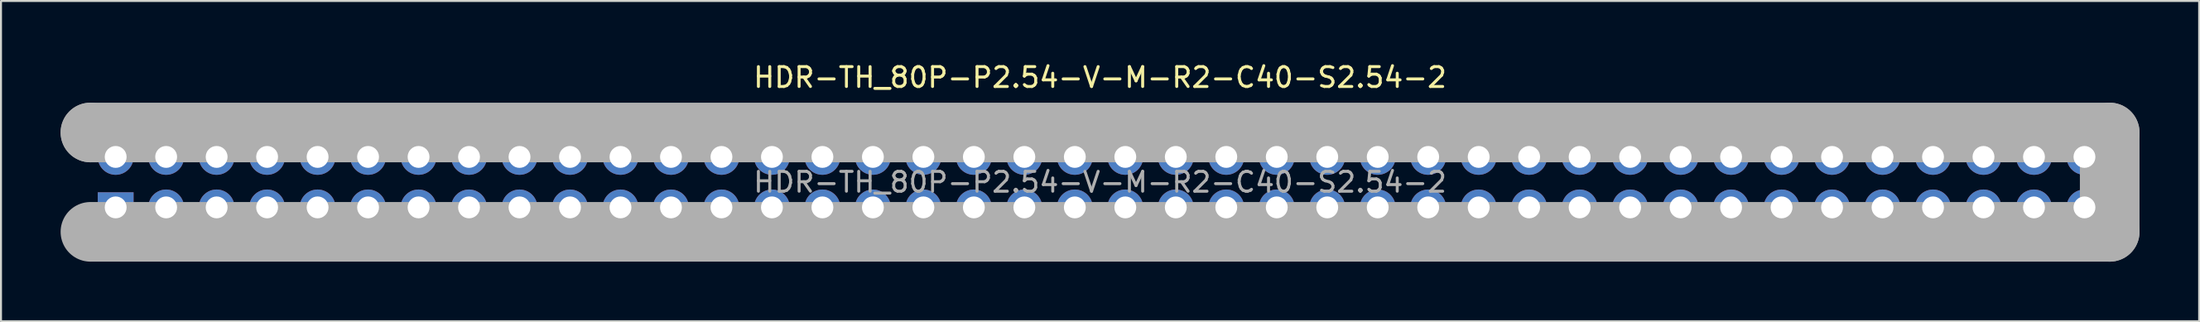
<source format=kicad_pcb>
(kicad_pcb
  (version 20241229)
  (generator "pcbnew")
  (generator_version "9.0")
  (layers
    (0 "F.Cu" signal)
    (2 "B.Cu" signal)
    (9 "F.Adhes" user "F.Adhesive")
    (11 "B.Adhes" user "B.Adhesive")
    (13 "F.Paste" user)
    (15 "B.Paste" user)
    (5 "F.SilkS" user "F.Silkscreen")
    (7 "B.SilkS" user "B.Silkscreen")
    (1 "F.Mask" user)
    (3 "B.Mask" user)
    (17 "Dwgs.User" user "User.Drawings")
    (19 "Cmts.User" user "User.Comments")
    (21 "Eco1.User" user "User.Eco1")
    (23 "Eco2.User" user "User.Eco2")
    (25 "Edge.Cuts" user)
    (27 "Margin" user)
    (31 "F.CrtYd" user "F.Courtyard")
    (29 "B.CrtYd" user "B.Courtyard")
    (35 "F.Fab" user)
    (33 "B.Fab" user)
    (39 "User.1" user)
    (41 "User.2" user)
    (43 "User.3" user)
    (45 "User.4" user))
  (footprint "HDR-TH_80P-P2.54-V-M-R2-C40-S2.54-2"
    (layer "F.Cu")
    (at 52.3 6.118)
    (property "Reference" "HDR-TH_80P-P2.54-V-M-R2-C40-S2.54-2" (at 0 -5.27 0) (layer "F.SilkS") (effects (font (size 1 1) (thickness 0.15))))
    (attr through_hole)
    (fp_circle (center -49.53 2.92) (end -49.28 2.92) (stroke (width 0.25) (type solid)) (fill no) (layer "F.SilkS"))
    (fp_line (start -50.8 -2.5) (end -50.8 -2.5) (stroke (width 3) (type solid)) (layer "F.Fab"))
    (fp_line (start -50.8 -2.5) (end 50.8 -2.5) (stroke (width 3) (type solid)) (layer "F.Fab"))
    (fp_line (start 50.8 -2.5) (end 50.8 2.5) (stroke (width 3) (type solid)) (layer "F.Fab"))
    (fp_line (start 50.8 2.5) (end -50.8 2.5) (stroke (width 3) (type solid)) (layer "F.Fab"))
    (fp_circle (center -50.8 2.5) (end -50.77 2.5) (stroke (width 0.06) (type solid)) (fill no) (layer "F.Fab"))
    (fp_text user "${REFERENCE}" (at 0 0 0) (layer "F.Fab") (effects (font (size 1 1) (thickness 0.15))))
    (pad "1" thru_hole rect (at -49.53 1.27) (size 1.8 1.52) (drill 1.1) (layers "*.Cu" "*.Paste" "*.Mask"))
    (pad "2" thru_hole circle (at -49.53 -1.27) (size 1.8 1.8) (drill 1.1) (layers "*.Cu" "*.Paste" "*.Mask"))
    (pad "3" thru_hole circle (at -46.99 1.27) (size 1.8 1.8) (drill 1.1) (layers "*.Cu" "*.Paste" "*.Mask"))
    (pad "4" thru_hole circle (at -46.99 -1.27) (size 1.8 1.8) (drill 1.1) (layers "*.Cu" "*.Paste" "*.Mask"))
    (pad "5" thru_hole circle (at -44.45 1.27) (size 1.8 1.8) (drill 1.1) (layers "*.Cu" "*.Paste" "*.Mask"))
    (pad "6" thru_hole circle (at -44.45 -1.27) (size 1.8 1.8) (drill 1.1) (layers "*.Cu" "*.Paste" "*.Mask"))
    (pad "7" thru_hole circle (at -41.91 1.27) (size 1.8 1.8) (drill 1.1) (layers "*.Cu" "*.Paste" "*.Mask"))
    (pad "8" thru_hole circle (at -41.91 -1.27) (size 1.8 1.8) (drill 1.1) (layers "*.Cu" "*.Paste" "*.Mask"))
    (pad "9" thru_hole circle (at -39.37 1.27) (size 1.8 1.8) (drill 1.1) (layers "*.Cu" "*.Paste" "*.Mask"))
    (pad "10" thru_hole circle (at -39.37 -1.27) (size 1.8 1.8) (drill 1.1) (layers "*.Cu" "*.Paste" "*.Mask"))
    (pad "11" thru_hole circle (at -36.83 1.27) (size 1.8 1.8) (drill 1.1) (layers "*.Cu" "*.Paste" "*.Mask"))
    (pad "12" thru_hole circle (at -36.83 -1.27) (size 1.8 1.8) (drill 1.1) (layers "*.Cu" "*.Paste" "*.Mask"))
    (pad "13" thru_hole circle (at -34.29 1.27) (size 1.8 1.8) (drill 1.1) (layers "*.Cu" "*.Paste" "*.Mask"))
    (pad "14" thru_hole circle (at -34.29 -1.27) (size 1.8 1.8) (drill 1.1) (layers "*.Cu" "*.Paste" "*.Mask"))
    (pad "15" thru_hole circle (at -31.75 1.27) (size 1.8 1.8) (drill 1.1) (layers "*.Cu" "*.Paste" "*.Mask"))
    (pad "16" thru_hole circle (at -31.75 -1.27) (size 1.8 1.8) (drill 1.1) (layers "*.Cu" "*.Paste" "*.Mask"))
    (pad "17" thru_hole circle (at -29.21 1.27) (size 1.8 1.8) (drill 1.1) (layers "*.Cu" "*.Paste" "*.Mask"))
    (pad "18" thru_hole circle (at -29.21 -1.27) (size 1.8 1.8) (drill 1.1) (layers "*.Cu" "*.Paste" "*.Mask"))
    (pad "19" thru_hole circle (at -26.67 1.27) (size 1.8 1.8) (drill 1.1) (layers "*.Cu" "*.Paste" "*.Mask"))
    (pad "20" thru_hole circle (at -26.67 -1.27) (size 1.8 1.8) (drill 1.1) (layers "*.Cu" "*.Paste" "*.Mask"))
    (pad "21" thru_hole circle (at -24.13 1.27) (size 1.8 1.8) (drill 1.1) (layers "*.Cu" "*.Paste" "*.Mask"))
    (pad "22" thru_hole circle (at -24.13 -1.27) (size 1.8 1.8) (drill 1.1) (layers "*.Cu" "*.Paste" "*.Mask"))
    (pad "23" thru_hole circle (at -21.59 1.27) (size 1.8 1.8) (drill 1.1) (layers "*.Cu" "*.Paste" "*.Mask"))
    (pad "24" thru_hole circle (at -21.59 -1.27) (size 1.8 1.8) (drill 1.1) (layers "*.Cu" "*.Paste" "*.Mask"))
    (pad "25" thru_hole circle (at -19.05 1.27) (size 1.8 1.8) (drill 1.1) (layers "*.Cu" "*.Paste" "*.Mask"))
    (pad "26" thru_hole circle (at -19.05 -1.27) (size 1.8 1.8) (drill 1.1) (layers "*.Cu" "*.Paste" "*.Mask"))
    (pad "27" thru_hole circle (at -16.51 1.27) (size 1.8 1.8) (drill 1.1) (layers "*.Cu" "*.Paste" "*.Mask"))
    (pad "28" thru_hole circle (at -16.51 -1.27) (size 1.8 1.8) (drill 1.1) (layers "*.Cu" "*.Paste" "*.Mask"))
    (pad "29" thru_hole circle (at -13.97 1.27) (size 1.8 1.8) (drill 1.1) (layers "*.Cu" "*.Paste" "*.Mask"))
    (pad "30" thru_hole circle (at -13.97 -1.27) (size 1.8 1.8) (drill 1.1) (layers "*.Cu" "*.Paste" "*.Mask"))
    (pad "31" thru_hole circle (at -11.43 1.27) (size 1.8 1.8) (drill 1.1) (layers "*.Cu" "*.Paste" "*.Mask"))
    (pad "32" thru_hole circle (at -11.43 -1.27) (size 1.8 1.8) (drill 1.1) (layers "*.Cu" "*.Paste" "*.Mask"))
    (pad "33" thru_hole circle (at -8.89 1.27) (size 1.8 1.8) (drill 1.1) (layers "*.Cu" "*.Paste" "*.Mask"))
    (pad "34" thru_hole circle (at -8.89 -1.27) (size 1.8 1.8) (drill 1.1) (layers "*.Cu" "*.Paste" "*.Mask"))
    (pad "35" thru_hole circle (at -6.35 1.27) (size 1.8 1.8) (drill 1.1) (layers "*.Cu" "*.Paste" "*.Mask"))
    (pad "36" thru_hole circle (at -6.35 -1.27) (size 1.8 1.8) (drill 1.1) (layers "*.Cu" "*.Paste" "*.Mask"))
    (pad "37" thru_hole circle (at -3.81 1.27) (size 1.8 1.8) (drill 1.1) (layers "*.Cu" "*.Paste" "*.Mask"))
    (pad "38" thru_hole circle (at -3.81 -1.27) (size 1.8 1.8) (drill 1.1) (layers "*.Cu" "*.Paste" "*.Mask"))
    (pad "39" thru_hole circle (at -1.27 1.27) (size 1.8 1.8) (drill 1.1) (layers "*.Cu" "*.Paste" "*.Mask"))
    (pad "40" thru_hole circle (at -1.27 -1.27) (size 1.8 1.8) (drill 1.1) (layers "*.Cu" "*.Paste" "*.Mask"))
    (pad "41" thru_hole circle (at 1.27 1.27) (size 1.8 1.8) (drill 1.1) (layers "*.Cu" "*.Paste" "*.Mask"))
    (pad "42" thru_hole circle (at 1.27 -1.27) (size 1.8 1.8) (drill 1.1) (layers "*.Cu" "*.Paste" "*.Mask"))
    (pad "43" thru_hole circle (at 3.81 1.27) (size 1.8 1.8) (drill 1.1) (layers "*.Cu" "*.Paste" "*.Mask"))
    (pad "44" thru_hole circle (at 3.81 -1.27) (size 1.8 1.8) (drill 1.1) (layers "*.Cu" "*.Paste" "*.Mask"))
    (pad "45" thru_hole circle (at 6.35 1.27) (size 1.8 1.8) (drill 1.1) (layers "*.Cu" "*.Paste" "*.Mask"))
    (pad "46" thru_hole circle (at 6.35 -1.27) (size 1.8 1.8) (drill 1.1) (layers "*.Cu" "*.Paste" "*.Mask"))
    (pad "47" thru_hole circle (at 8.89 1.27) (size 1.8 1.8) (drill 1.1) (layers "*.Cu" "*.Paste" "*.Mask"))
    (pad "48" thru_hole circle (at 8.89 -1.27) (size 1.8 1.8) (drill 1.1) (layers "*.Cu" "*.Paste" "*.Mask"))
    (pad "49" thru_hole circle (at 11.43 1.27) (size 1.8 1.8) (drill 1.1) (layers "*.Cu" "*.Paste" "*.Mask"))
    (pad "50" thru_hole circle (at 11.43 -1.27) (size 1.8 1.8) (drill 1.1) (layers "*.Cu" "*.Paste" "*.Mask"))
    (pad "51" thru_hole circle (at 13.97 1.27) (size 1.8 1.8) (drill 1.1) (layers "*.Cu" "*.Paste" "*.Mask"))
    (pad "52" thru_hole circle (at 13.97 -1.27) (size 1.8 1.8) (drill 1.1) (layers "*.Cu" "*.Paste" "*.Mask"))
    (pad "53" thru_hole circle (at 16.51 1.27) (size 1.8 1.8) (drill 1.1) (layers "*.Cu" "*.Paste" "*.Mask"))
    (pad "54" thru_hole circle (at 16.51 -1.27) (size 1.8 1.8) (drill 1.1) (layers "*.Cu" "*.Paste" "*.Mask"))
    (pad "55" thru_hole circle (at 19.05 1.27) (size 1.8 1.8) (drill 1.1) (layers "*.Cu" "*.Paste" "*.Mask"))
    (pad "56" thru_hole circle (at 19.05 -1.27) (size 1.8 1.8) (drill 1.1) (layers "*.Cu" "*.Paste" "*.Mask"))
    (pad "57" thru_hole circle (at 21.59 1.27) (size 1.8 1.8) (drill 1.1) (layers "*.Cu" "*.Paste" "*.Mask"))
    (pad "58" thru_hole circle (at 21.59 -1.27) (size 1.8 1.8) (drill 1.1) (layers "*.Cu" "*.Paste" "*.Mask"))
    (pad "59" thru_hole circle (at 24.13 1.27) (size 1.8 1.8) (drill 1.1) (layers "*.Cu" "*.Paste" "*.Mask"))
    (pad "60" thru_hole circle (at 24.13 -1.27) (size 1.8 1.8) (drill 1.1) (layers "*.Cu" "*.Paste" "*.Mask"))
    (pad "61" thru_hole circle (at 26.67 1.27) (size 1.8 1.8) (drill 1.1) (layers "*.Cu" "*.Paste" "*.Mask"))
    (pad "62" thru_hole circle (at 26.67 -1.27) (size 1.8 1.8) (drill 1.1) (layers "*.Cu" "*.Paste" "*.Mask"))
    (pad "63" thru_hole circle (at 29.21 1.27) (size 1.8 1.8) (drill 1.1) (layers "*.Cu" "*.Paste" "*.Mask"))
    (pad "64" thru_hole circle (at 29.21 -1.27) (size 1.8 1.8) (drill 1.1) (layers "*.Cu" "*.Paste" "*.Mask"))
    (pad "65" thru_hole circle (at 31.75 1.27) (size 1.8 1.8) (drill 1.1) (layers "*.Cu" "*.Paste" "*.Mask"))
    (pad "66" thru_hole circle (at 31.75 -1.27) (size 1.8 1.8) (drill 1.1) (layers "*.Cu" "*.Paste" "*.Mask"))
    (pad "67" thru_hole circle (at 34.29 1.27) (size 1.8 1.8) (drill 1.1) (layers "*.Cu" "*.Paste" "*.Mask"))
    (pad "68" thru_hole circle (at 34.29 -1.27) (size 1.8 1.8) (drill 1.1) (layers "*.Cu" "*.Paste" "*.Mask"))
    (pad "69" thru_hole circle (at 36.83 1.27) (size 1.8 1.8) (drill 1.1) (layers "*.Cu" "*.Paste" "*.Mask"))
    (pad "70" thru_hole circle (at 36.83 -1.27) (size 1.8 1.8) (drill 1.1) (layers "*.Cu" "*.Paste" "*.Mask"))
    (pad "71" thru_hole circle (at 39.37 1.27) (size 1.8 1.8) (drill 1.1) (layers "*.Cu" "*.Paste" "*.Mask"))
    (pad "72" thru_hole circle (at 39.37 -1.27) (size 1.8 1.8) (drill 1.1) (layers "*.Cu" "*.Paste" "*.Mask"))
    (pad "73" thru_hole circle (at 41.91 1.27) (size 1.8 1.8) (drill 1.1) (layers "*.Cu" "*.Paste" "*.Mask"))
    (pad "74" thru_hole circle (at 41.91 -1.27) (size 1.8 1.8) (drill 1.1) (layers "*.Cu" "*.Paste" "*.Mask"))
    (pad "75" thru_hole circle (at 44.45 1.27) (size 1.8 1.8) (drill 1.1) (layers "*.Cu" "*.Paste" "*.Mask"))
    (pad "76" thru_hole circle (at 44.45 -1.27) (size 1.8 1.8) (drill 1.1) (layers "*.Cu" "*.Paste" "*.Mask"))
    (pad "77" thru_hole circle (at 46.99 1.27) (size 1.8 1.8) (drill 1.1) (layers "*.Cu" "*.Paste" "*.Mask"))
    (pad "78" thru_hole circle (at 46.99 -1.27) (size 1.8 1.8) (drill 1.1) (layers "*.Cu" "*.Paste" "*.Mask"))
    (pad "79" thru_hole circle (at 49.53 1.27) (size 1.8 1.8) (drill 1.1) (layers "*.Cu" "*.Paste" "*.Mask"))
    (pad "80" thru_hole circle (at 49.53 -1.27) (size 1.8 1.8) (drill 1.1) (layers "*.Cu" "*.Paste" "*.Mask")))
  (gr_rect
    (start -3 -3)
    (end 107.6 13.118)
    (stroke (width 0.1) (type default))
    (fill no)
    (layer "Edge.Cuts")))
</source>
